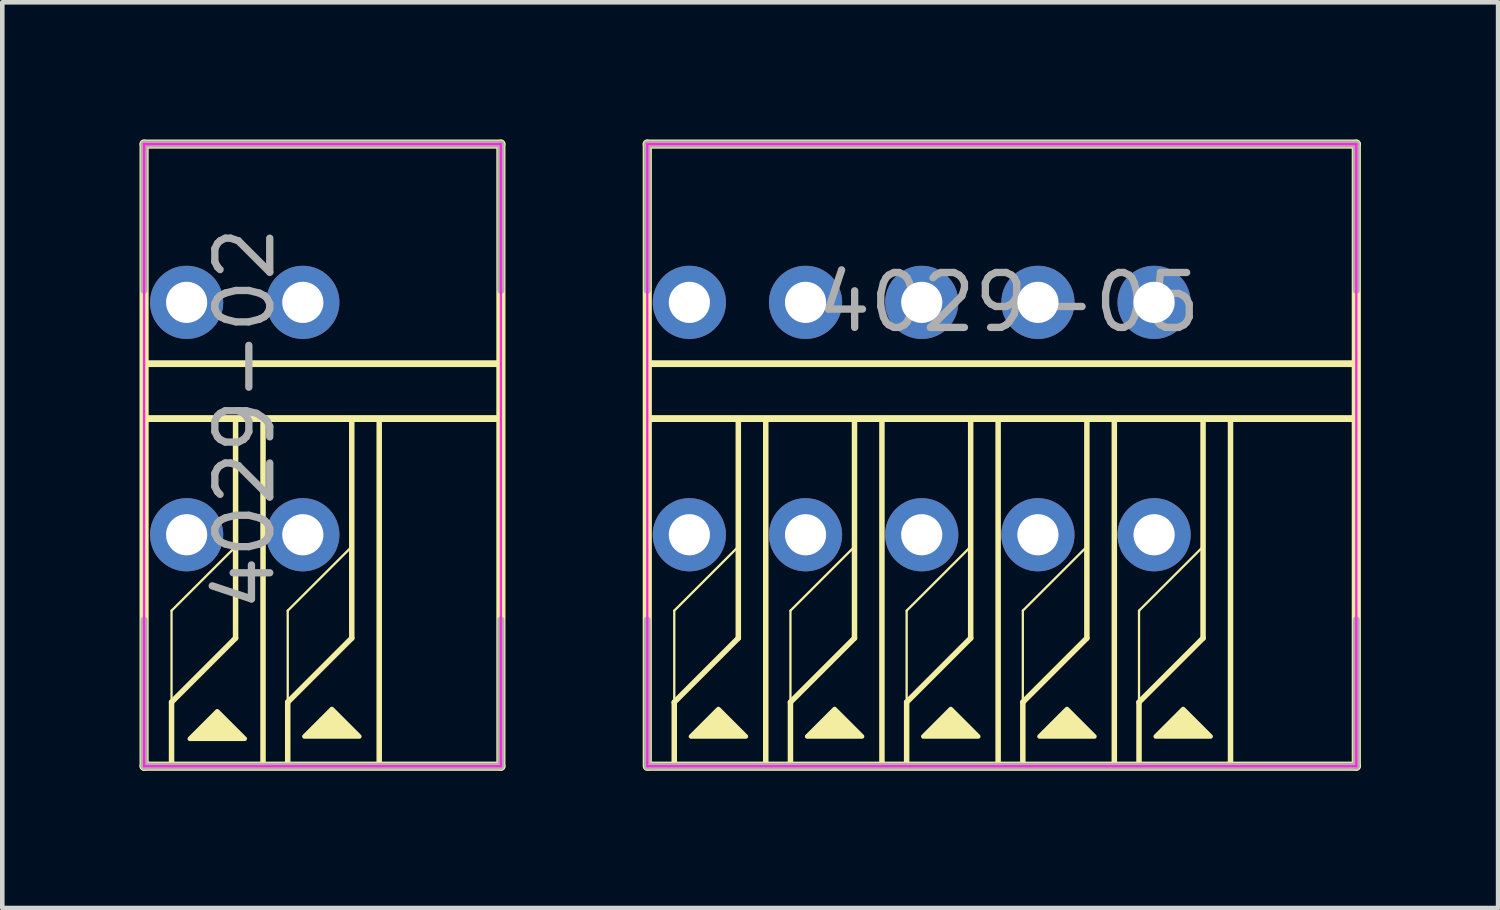
<source format=kicad_pcb>
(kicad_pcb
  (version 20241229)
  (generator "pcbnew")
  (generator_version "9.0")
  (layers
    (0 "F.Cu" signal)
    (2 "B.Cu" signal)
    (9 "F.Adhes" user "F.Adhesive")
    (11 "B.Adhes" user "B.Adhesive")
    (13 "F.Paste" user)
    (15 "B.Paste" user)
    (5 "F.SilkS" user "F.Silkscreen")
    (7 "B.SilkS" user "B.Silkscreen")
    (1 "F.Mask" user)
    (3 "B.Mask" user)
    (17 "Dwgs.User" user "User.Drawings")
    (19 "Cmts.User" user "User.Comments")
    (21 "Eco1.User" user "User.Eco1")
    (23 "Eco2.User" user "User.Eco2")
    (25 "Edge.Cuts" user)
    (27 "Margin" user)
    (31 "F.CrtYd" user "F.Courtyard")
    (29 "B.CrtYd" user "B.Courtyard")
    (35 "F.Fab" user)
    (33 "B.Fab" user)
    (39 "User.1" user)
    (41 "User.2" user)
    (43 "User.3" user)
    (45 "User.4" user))
  (footprint "4029-02"
    (layer "F.Cu")
    (at 2.3 6.1)
    (property "Reference" "4029-02" (at 0 0 270) (layer "F.Fab") (effects (font (size 1.2 1.2) (thickness 0.16))))
    (attr through_hole)
    (fp_line (start -2.2 -6) (end -2.2 7.6) (stroke (width 0.2) (type solid)) (layer "F.SilkS"))
    (fp_line (start -2.2 -6) (end 5.6 -6) (stroke (width 0.2) (type solid)) (layer "F.SilkS"))
    (fp_line (start -2.2 -1.2) (end 5.6 -1.2) (stroke (width 0.15) (type solid)) (layer "F.SilkS"))
    (fp_line (start -2.2 0) (end 5.6 0) (stroke (width 0.15) (type solid)) (layer "F.SilkS"))
    (fp_line (start -2.2 7.6) (end 5.6 7.6) (stroke (width 0.2) (type solid)) (layer "F.SilkS"))
    (fp_line (start -1.6 4.2) (end -0.2 2.8) (stroke (width 0.05) (type solid)) (layer "F.SilkS"))
    (fp_line (start -1.6 6.2) (end -1.6 4.2) (stroke (width 0.05) (type solid)) (layer "F.SilkS"))
    (fp_line (start -1.6 6.2) (end -0.2 4.8) (stroke (width 0.12) (type solid)) (layer "F.SilkS"))
    (fp_line (start -1.6 7.6) (end -1.6 6.2) (stroke (width 0.12) (type solid)) (layer "F.SilkS"))
    (fp_line (start -0.2 4.8) (end -0.2 0) (stroke (width 0.12) (type solid)) (layer "F.SilkS"))
    (fp_line (start 0.4 0) (end 0.4 7.6) (stroke (width 0.12) (type solid)) (layer "F.SilkS"))
    (fp_line (start 0.94 4.2) (end 2.34 2.8) (stroke (width 0.05) (type solid)) (layer "F.SilkS"))
    (fp_line (start 0.94 6.2) (end 0.94 4.2) (stroke (width 0.05) (type solid)) (layer "F.SilkS"))
    (fp_line (start 0.94 6.2) (end 2.34 4.8) (stroke (width 0.12) (type solid)) (layer "F.SilkS"))
    (fp_line (start 0.94 7.6) (end 0.94 6.2) (stroke (width 0.12) (type solid)) (layer "F.SilkS"))
    (fp_line (start 2.34 4.8) (end 2.34 0) (stroke (width 0.12) (type solid)) (layer "F.SilkS"))
    (fp_line (start 2.94 0) (end 2.94 7.6) (stroke (width 0.12) (type solid)) (layer "F.SilkS"))
    (fp_line (start 5.6 -6) (end 5.6 7.6) (stroke (width 0.2) (type solid)) (layer "F.SilkS"))
    (fp_poly (pts (xy 0 7) (xy -1.2 7) (xy -0.6 6.4)) (stroke (width 0.1) (type solid)) (fill yes) (layer "F.SilkS"))
    (fp_poly (pts (xy 2.505 6.95) (xy 1.305 6.95) (xy 1.905 6.35)) (stroke (width 0.1) (type solid)) (fill yes) (layer "F.SilkS"))
    (fp_line (start -2.2 -6) (end 5.6 -6) (stroke (width 0.05) (type solid)) (layer "F.CrtYd"))
    (fp_line (start -2.2 7.6) (end -2.2 -6) (stroke (width 0.05) (type solid)) (layer "F.CrtYd"))
    (fp_line (start -2.2 7.6) (end 5.6 7.6) (stroke (width 0.05) (type solid)) (layer "F.CrtYd"))
    (fp_line (start 5.6 7.6) (end 5.6 -6) (stroke (width 0.05) (type solid)) (layer "F.CrtYd"))
    (fp_line (start -2.2 -6) (end -2.2 -2.8) (stroke (width 0.15) (type solid)) (layer "F.Fab"))
    (fp_line (start -2.2 -6) (end 5.6 -6) (stroke (width 0.15) (type solid)) (layer "F.Fab"))
    (fp_line (start -2.2 4.4) (end -2.2 7.6) (stroke (width 0.15) (type solid)) (layer "F.Fab"))
    (fp_line (start -2.2 7.6) (end 5.6 7.6) (stroke (width 0.15) (type solid)) (layer "F.Fab"))
    (fp_line (start 5.6 -6) (end 5.6 -2.8) (stroke (width 0.15) (type solid)) (layer "F.Fab"))
    (fp_line (start 5.6 4.4) (end 5.6 7.6) (stroke (width 0.15) (type solid)) (layer "F.Fab"))
    (pad "1" thru_hole circle (at -1.27 -2.54) (size 1.6 1.6) (drill 0.9) (layers "*.Cu" "*.Mask"))
    (pad "1" thru_hole circle (at -1.27 2.54) (size 1.6 1.6) (drill 0.9) (layers "*.Cu" "*.Mask"))
    (pad "2" thru_hole circle (at 1.27 -2.54) (size 1.6 1.6) (drill 0.9) (layers "*.Cu" "*.Mask"))
    (pad "2" thru_hole circle (at 1.27 2.54) (size 1.6 1.6) (drill 0.9) (layers "*.Cu" "*.Mask")))
  (footprint "4029-05"
    (layer "F.Cu")
    (at 17.1 6.1)
    (property "Reference" "4029-05" (at 1.905 -2.54 0) (layer "F.Fab") (effects (font (size 1.2 1.2) (thickness 0.16))))
    (attr through_hole)
    (fp_line (start -6 -6) (end -6 7.6) (stroke (width 0.2) (type solid)) (layer "F.SilkS"))
    (fp_line (start -6 -6) (end 9.5 -6) (stroke (width 0.2) (type solid)) (layer "F.SilkS"))
    (fp_line (start -6 -1.2) (end 9.5 -1.2) (stroke (width 0.15) (type solid)) (layer "F.SilkS"))
    (fp_line (start -6 0) (end 9.5 0) (stroke (width 0.15) (type solid)) (layer "F.SilkS"))
    (fp_line (start -5.99 7.6) (end 9.5 7.6) (stroke (width 0.2) (type solid)) (layer "F.SilkS"))
    (fp_line (start -5.41 4.2) (end -4.01 2.8) (stroke (width 0.05) (type solid)) (layer "F.SilkS"))
    (fp_line (start -5.41 6.2) (end -5.41 4.2) (stroke (width 0.05) (type solid)) (layer "F.SilkS"))
    (fp_line (start -5.41 6.2) (end -4.01 4.8) (stroke (width 0.12) (type solid)) (layer "F.SilkS"))
    (fp_line (start -5.41 7.6) (end -5.41 6.2) (stroke (width 0.12) (type solid)) (layer "F.SilkS"))
    (fp_line (start -4.01 4.8) (end -4.01 0) (stroke (width 0.12) (type solid)) (layer "F.SilkS"))
    (fp_line (start -3.41 0) (end -3.41 7.6) (stroke (width 0.12) (type solid)) (layer "F.SilkS"))
    (fp_line (start -2.87 4.2) (end -1.47 2.8) (stroke (width 0.05) (type solid)) (layer "F.SilkS"))
    (fp_line (start -2.87 6.2) (end -2.87 4.2) (stroke (width 0.05) (type solid)) (layer "F.SilkS"))
    (fp_line (start -2.87 6.2) (end -1.47 4.8) (stroke (width 0.12) (type solid)) (layer "F.SilkS"))
    (fp_line (start -2.87 7.6) (end -2.87 6.2) (stroke (width 0.12) (type solid)) (layer "F.SilkS"))
    (fp_line (start -1.47 4.8) (end -1.47 0) (stroke (width 0.12) (type solid)) (layer "F.SilkS"))
    (fp_line (start -0.87 0) (end -0.87 7.6) (stroke (width 0.12) (type solid)) (layer "F.SilkS"))
    (fp_line (start -0.33 4.2) (end 1.07 2.8) (stroke (width 0.05) (type solid)) (layer "F.SilkS"))
    (fp_line (start -0.33 6.2) (end -0.33 4.2) (stroke (width 0.05) (type solid)) (layer "F.SilkS"))
    (fp_line (start -0.33 6.2) (end 1.07 4.8) (stroke (width 0.12) (type solid)) (layer "F.SilkS"))
    (fp_line (start -0.33 7.6) (end -0.33 6.2) (stroke (width 0.12) (type solid)) (layer "F.SilkS"))
    (fp_line (start 1.07 4.8) (end 1.07 0) (stroke (width 0.12) (type solid)) (layer "F.SilkS"))
    (fp_line (start 1.67 0) (end 1.67 7.6) (stroke (width 0.12) (type solid)) (layer "F.SilkS"))
    (fp_line (start 2.21 4.2) (end 3.61 2.8) (stroke (width 0.05) (type solid)) (layer "F.SilkS"))
    (fp_line (start 2.21 6.2) (end 2.21 4.2) (stroke (width 0.05) (type solid)) (layer "F.SilkS"))
    (fp_line (start 2.21 6.2) (end 3.61 4.8) (stroke (width 0.12) (type solid)) (layer "F.SilkS"))
    (fp_line (start 2.21 7.6) (end 2.21 6.2) (stroke (width 0.12) (type solid)) (layer "F.SilkS"))
    (fp_line (start 3.61 4.8) (end 3.61 0) (stroke (width 0.12) (type solid)) (layer "F.SilkS"))
    (fp_line (start 4.21 0) (end 4.21 7.6) (stroke (width 0.12) (type solid)) (layer "F.SilkS"))
    (fp_line (start 4.75 4.2) (end 6.15 2.8) (stroke (width 0.05) (type solid)) (layer "F.SilkS"))
    (fp_line (start 4.75 6.2) (end 4.75 4.2) (stroke (width 0.05) (type solid)) (layer "F.SilkS"))
    (fp_line (start 4.75 6.2) (end 6.15 4.8) (stroke (width 0.12) (type solid)) (layer "F.SilkS"))
    (fp_line (start 4.75 7.6) (end 4.75 6.2) (stroke (width 0.12) (type solid)) (layer "F.SilkS"))
    (fp_line (start 6.15 4.8) (end 6.15 0) (stroke (width 0.12) (type solid)) (layer "F.SilkS"))
    (fp_line (start 6.75 0) (end 6.75 7.6) (stroke (width 0.12) (type solid)) (layer "F.SilkS"))
    (fp_line (start 9.5 -6) (end 9.5 7.6) (stroke (width 0.2) (type solid)) (layer "F.SilkS"))
    (fp_poly (pts (xy -3.845 6.95) (xy -5.045 6.95) (xy -4.445 6.35)) (stroke (width 0.1) (type solid)) (fill yes) (layer "F.SilkS"))
    (fp_poly (pts (xy -1.305 6.95) (xy -2.505 6.95) (xy -1.905 6.35)) (stroke (width 0.1) (type solid)) (fill yes) (layer "F.SilkS"))
    (fp_poly (pts (xy 1.235 6.95) (xy 0.035 6.95) (xy 0.635 6.35)) (stroke (width 0.1) (type solid)) (fill yes) (layer "F.SilkS"))
    (fp_poly (pts (xy 3.775 6.95) (xy 2.575 6.95) (xy 3.175 6.35)) (stroke (width 0.1) (type solid)) (fill yes) (layer "F.SilkS"))
    (fp_poly (pts (xy 6.315 6.95) (xy 5.115 6.95) (xy 5.715 6.35)) (stroke (width 0.1) (type solid)) (fill yes) (layer "F.SilkS"))
    (fp_line (start -6 -6) (end 9.5 -6) (stroke (width 0.05) (type solid)) (layer "F.CrtYd"))
    (fp_line (start -6 7.6) (end -6 -6) (stroke (width 0.05) (type solid)) (layer "F.CrtYd"))
    (fp_line (start -6 7.6) (end 9.5 7.6) (stroke (width 0.05) (type solid)) (layer "F.CrtYd"))
    (fp_line (start 9.5 7.6) (end 9.5 -6) (stroke (width 0.05) (type solid)) (layer "F.CrtYd"))
    (fp_line (start -6 -6) (end -6 -2.8) (stroke (width 0.15) (type solid)) (layer "F.Fab"))
    (fp_line (start -6 -6) (end 9.5 -6) (stroke (width 0.15) (type solid)) (layer "F.Fab"))
    (fp_line (start -6 4.4) (end -6 7.6) (stroke (width 0.15) (type solid)) (layer "F.Fab"))
    (fp_line (start -6 7.6) (end 9.5 7.6) (stroke (width 0.15) (type solid)) (layer "F.Fab"))
    (fp_line (start 9.5 -6) (end 9.5 -2.8) (stroke (width 0.15) (type solid)) (layer "F.Fab"))
    (fp_line (start 9.5 4.4) (end 9.5 7.6) (stroke (width 0.15) (type solid)) (layer "F.Fab"))
    (pad "1" thru_hole circle (at -5.08 -2.54) (size 1.6 1.6) (drill 0.9) (layers "*.Cu" "*.Mask"))
    (pad "1" thru_hole circle (at -5.08 2.54) (size 1.6 1.6) (drill 0.9) (layers "*.Cu" "*.Mask"))
    (pad "2" thru_hole circle (at -2.54 -2.54) (size 1.6 1.6) (drill 0.9) (layers "*.Cu" "*.Mask"))
    (pad "2" thru_hole circle (at -2.54 2.54) (size 1.6 1.6) (drill 0.9) (layers "*.Cu" "*.Mask"))
    (pad "3" thru_hole circle (at 0 -2.54) (size 1.6 1.6) (drill 0.9) (layers "*.Cu" "*.Mask"))
    (pad "3" thru_hole circle (at 0 2.54) (size 1.6 1.6) (drill 0.9) (layers "*.Cu" "*.Mask"))
    (pad "4" thru_hole circle (at 2.54 -2.54) (size 1.6 1.6) (drill 0.9) (layers "*.Cu" "*.Mask"))
    (pad "4" thru_hole circle (at 2.54 2.54) (size 1.6 1.6) (drill 0.9) (layers "*.Cu" "*.Mask"))
    (pad "5" thru_hole circle (at 5.08 -2.54) (size 1.6 1.6) (drill 0.9) (layers "*.Cu" "*.Mask"))
    (pad "5" thru_hole circle (at 5.08 2.54) (size 1.6 1.6) (drill 0.9) (layers "*.Cu" "*.Mask")))
  (gr_rect
    (start -3 -3)
    (end 29.7 16.8)
    (stroke (width 0.1) (type default))
    (fill no)
    (layer "Edge.Cuts")))
</source>
